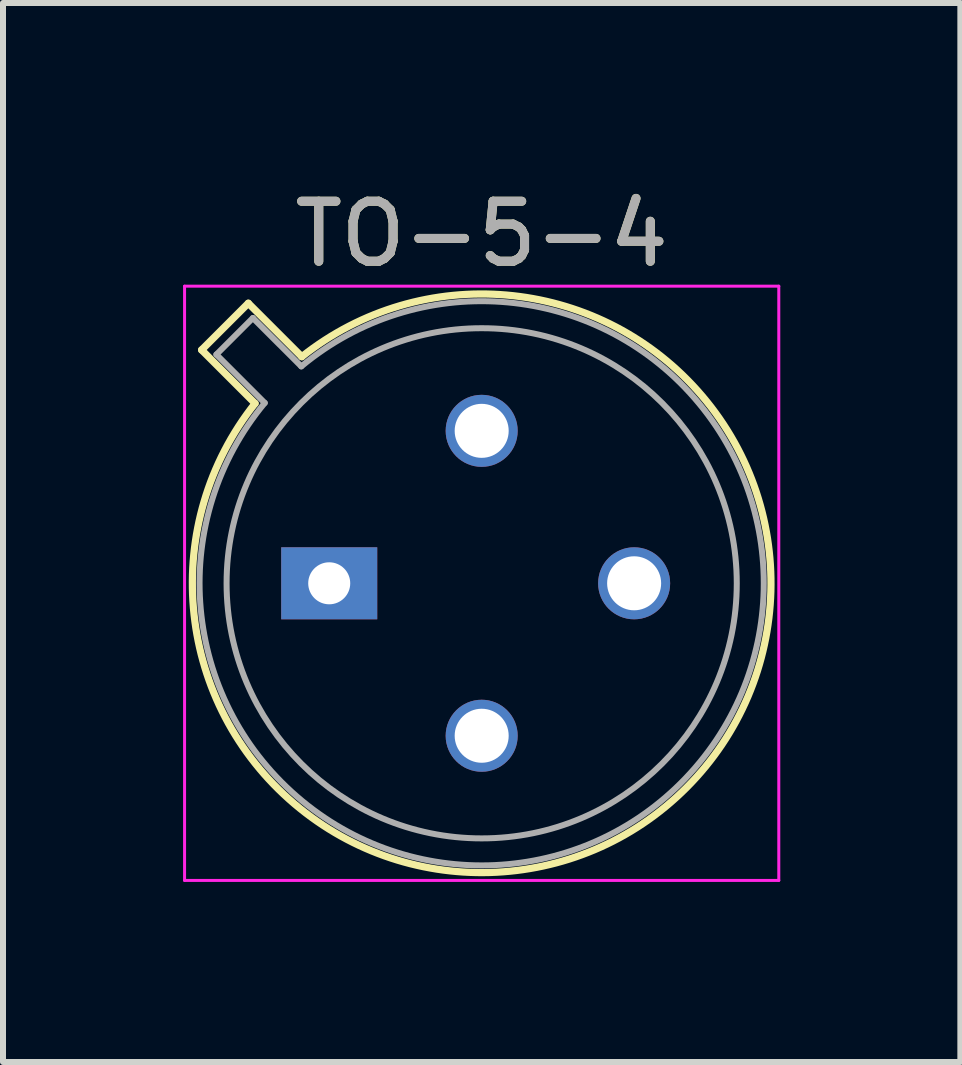
<source format=kicad_pcb>
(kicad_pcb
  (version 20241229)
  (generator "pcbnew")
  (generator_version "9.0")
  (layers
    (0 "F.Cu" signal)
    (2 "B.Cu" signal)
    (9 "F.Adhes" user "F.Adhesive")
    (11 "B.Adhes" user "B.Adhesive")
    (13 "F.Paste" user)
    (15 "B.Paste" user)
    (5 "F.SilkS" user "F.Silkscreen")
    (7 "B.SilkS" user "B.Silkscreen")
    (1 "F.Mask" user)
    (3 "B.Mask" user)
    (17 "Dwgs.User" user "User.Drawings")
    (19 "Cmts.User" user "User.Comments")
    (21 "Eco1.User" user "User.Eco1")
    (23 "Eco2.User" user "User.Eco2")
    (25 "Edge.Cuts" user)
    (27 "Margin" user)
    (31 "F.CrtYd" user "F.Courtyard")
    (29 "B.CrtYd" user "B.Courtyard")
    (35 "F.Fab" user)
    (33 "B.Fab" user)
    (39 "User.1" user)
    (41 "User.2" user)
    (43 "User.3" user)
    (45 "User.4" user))
  (footprint "TO-5-4"
    (layer "F.Cu")
    (at 2.435 6.668)
    (property "Reference" "TO-5-4" (at 2.54 -5.82 0) (layer "F.SilkS") (effects (font (size 1 1) (thickness 0.15))))
    (attr through_hole)
    (fp_line (start -2.126 -3.888) (end -1.235 -2.997) (stroke (width 0.12) (type solid)) (layer "F.SilkS"))
    (fp_line (start -1.348 -4.666) (end -2.126 -3.888) (stroke (width 0.12) (type solid)) (layer "F.SilkS"))
    (fp_line (start -0.457 -3.775) (end -1.348 -4.666) (stroke (width 0.12) (type solid)) (layer "F.SilkS"))
    (fp_arc (start -0.457084 -3.774902) (mid 5.948125 3.408384) (end -1.234674 -2.997371) (stroke (width 0.12) (type solid)) (layer "F.SilkS"))
    (fp_line (start -2.41 -4.95) (end -2.41 4.95) (stroke (width 0.05) (type solid)) (layer "F.CrtYd"))
    (fp_line (start -2.41 4.95) (end 7.49 4.95) (stroke (width 0.05) (type solid)) (layer "F.CrtYd"))
    (fp_line (start 7.49 -4.95) (end -2.41 -4.95) (stroke (width 0.05) (type solid)) (layer "F.CrtYd"))
    (fp_line (start 7.49 4.95) (end 7.49 -4.95) (stroke (width 0.05) (type solid)) (layer "F.CrtYd"))
    (fp_line (start -1.88 -3.812) (end -1.074 -3.005) (stroke (width 0.1) (type solid)) (layer "F.Fab"))
    (fp_line (start -1.272 -4.42) (end -1.88 -3.812) (stroke (width 0.1) (type solid)) (layer "F.Fab"))
    (fp_line (start -0.465 -3.614) (end -1.272 -4.42) (stroke (width 0.1) (type solid)) (layer "F.Fab"))
    (fp_arc (start -0.465408 -3.61352) (mid 5.863443 3.323361) (end -1.073594 -3.005319) (stroke (width 0.1) (type solid)) (layer "F.Fab"))
    (fp_circle (center 2.54 0) (end 6.79 0) (stroke (width 0.1) (type solid)) (fill no) (layer "F.Fab"))
    (fp_text user "${REFERENCE}" (at 2.54 -5.82 0) (layer "F.Fab") (effects (font (size 1 1) (thickness 0.15))))
    (pad "1" thru_hole rect (at 0 0) (size 1.6 1.2) (drill 0.7) (layers "*.Cu" "*.Mask"))
    (pad "2" thru_hole oval (at 2.54 2.54) (size 1.2 1.2) (drill 0.9) (layers "*.Cu" "*.Mask"))
    (pad "3" thru_hole oval (at 5.08 0) (size 1.2 1.2) (drill 0.9) (layers "*.Cu" "*.Mask"))
    (pad "4" thru_hole oval (at 2.54 -2.54) (size 1.2 1.2) (drill 0.9) (layers "*.Cu" "*.Mask")))
  (gr_rect
    (start -3 -3)
    (end 12.95 14.643)
    (stroke (width 0.1) (type default))
    (fill no)
    (layer "Edge.Cuts")))
</source>
